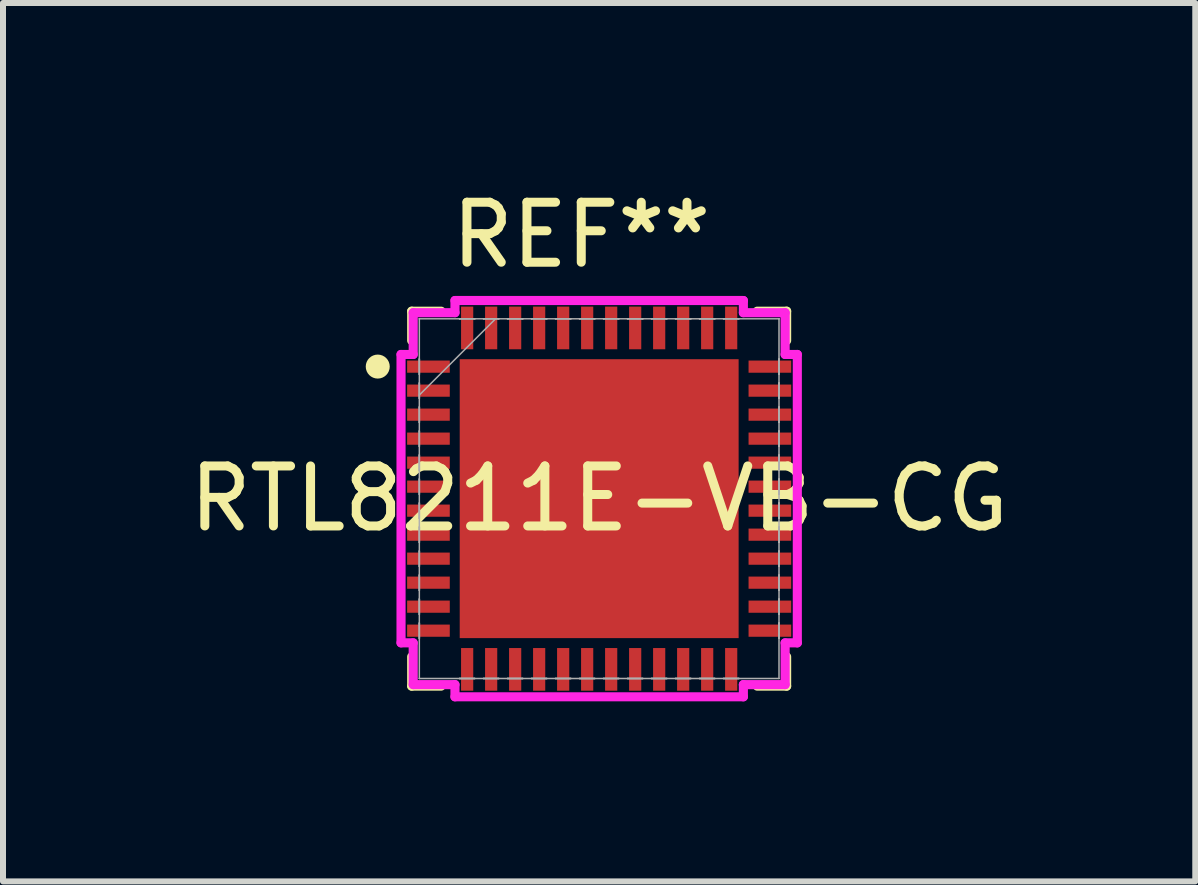
<source format=kicad_pcb>
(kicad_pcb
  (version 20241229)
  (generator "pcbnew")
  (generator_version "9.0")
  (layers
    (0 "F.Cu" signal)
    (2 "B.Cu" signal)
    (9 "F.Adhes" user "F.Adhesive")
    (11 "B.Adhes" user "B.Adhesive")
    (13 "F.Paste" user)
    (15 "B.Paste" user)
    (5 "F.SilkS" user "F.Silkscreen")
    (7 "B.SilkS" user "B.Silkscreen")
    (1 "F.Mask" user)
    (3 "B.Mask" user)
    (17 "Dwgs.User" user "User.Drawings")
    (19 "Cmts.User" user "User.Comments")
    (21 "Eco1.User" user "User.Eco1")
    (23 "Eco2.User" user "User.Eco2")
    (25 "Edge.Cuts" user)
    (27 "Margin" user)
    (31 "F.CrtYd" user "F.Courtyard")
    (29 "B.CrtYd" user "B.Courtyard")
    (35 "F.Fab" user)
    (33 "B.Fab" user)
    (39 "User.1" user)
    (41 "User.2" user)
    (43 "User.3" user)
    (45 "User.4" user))
  (footprint "RTL8211E-VB-CG"
    (layer "F.Cu")
    (at 6.935 5.26)
    (property "Reference" "RTL8211E-VB-CG" (at 0 0 0) (unlocked yes) (layer "F.SilkS") (effects (font (size 1 1) (thickness 0.15))))
    (attr smd)
    (fp_line (start -3.124 -3.124) (end -3.124 -2.634) (stroke (width 0.152) (type solid)) (layer "F.SilkS"))
    (fp_line (start -3.124 2.634) (end -3.124 3.124) (stroke (width 0.152) (type solid)) (layer "F.SilkS"))
    (fp_line (start -3.124 3.124) (end -2.634 3.124) (stroke (width 0.152) (type solid)) (layer "F.SilkS"))
    (fp_line (start -2.634 -3.124) (end -3.124 -3.124) (stroke (width 0.152) (type solid)) (layer "F.SilkS"))
    (fp_line (start 2.634 3.124) (end 3.124 3.124) (stroke (width 0.152) (type solid)) (layer "F.SilkS"))
    (fp_line (start 3.124 -3.124) (end 2.634 -3.124) (stroke (width 0.152) (type solid)) (layer "F.SilkS"))
    (fp_line (start 3.124 -2.634) (end 3.124 -3.124) (stroke (width 0.152) (type solid)) (layer "F.SilkS"))
    (fp_line (start 3.124 3.124) (end 3.124 2.634) (stroke (width 0.152) (type solid)) (layer "F.SilkS"))
    (fp_circle (center -3.69 -2.201) (end -3.59 -2.201) (stroke (width 0.2) (type default)) (fill no) (layer "F.SilkS"))
    (fp_poly (pts (xy -2.224 -2.224) (xy -2.224 -0.875) (xy -0.875 -0.875) (xy -0.875 -2.224)) (stroke (width 0) (type solid)) (fill yes) (layer "F.Paste"))
    (fp_poly (pts (xy -2.224 -0.675) (xy -2.224 0.675) (xy -0.875 0.675) (xy -0.875 -0.675)) (stroke (width 0) (type solid)) (fill yes) (layer "F.Paste"))
    (fp_poly (pts (xy -2.224 0.875) (xy -2.224 2.224) (xy -0.875 2.224) (xy -0.875 0.875)) (stroke (width 0) (type solid)) (fill yes) (layer "F.Paste"))
    (fp_poly (pts (xy -0.675 -2.224) (xy -0.675 -0.875) (xy 0.675 -0.875) (xy 0.675 -2.224)) (stroke (width 0) (type solid)) (fill yes) (layer "F.Paste"))
    (fp_poly (pts (xy -0.675 -0.675) (xy -0.675 0.675) (xy 0.675 0.675) (xy 0.675 -0.675)) (stroke (width 0) (type solid)) (fill yes) (layer "F.Paste"))
    (fp_poly (pts (xy -0.675 0.875) (xy -0.675 2.224) (xy 0.675 2.224) (xy 0.675 0.875)) (stroke (width 0) (type solid)) (fill yes) (layer "F.Paste"))
    (fp_poly (pts (xy 0.875 -2.224) (xy 0.875 -0.875) (xy 2.224 -0.875) (xy 2.224 -2.224)) (stroke (width 0) (type solid)) (fill yes) (layer "F.Paste"))
    (fp_poly (pts (xy 0.875 -0.675) (xy 0.875 0.675) (xy 2.224 0.675) (xy 2.224 -0.675)) (stroke (width 0) (type solid)) (fill yes) (layer "F.Paste"))
    (fp_poly (pts (xy 0.875 0.875) (xy 0.875 2.224) (xy 2.224 2.224) (xy 2.224 0.875)) (stroke (width 0) (type solid)) (fill yes) (layer "F.Paste"))
    (fp_line (start -3.302 -2.403) (end -3.099 -2.403) (stroke (width 0.152) (type solid)) (layer "F.CrtYd"))
    (fp_line (start -3.302 2.403) (end -3.302 -2.403) (stroke (width 0.152) (type solid)) (layer "F.CrtYd"))
    (fp_line (start -3.099 -3.099) (end -2.403 -3.099) (stroke (width 0.152) (type solid)) (layer "F.CrtYd"))
    (fp_line (start -3.099 -2.403) (end -3.099 -3.099) (stroke (width 0.152) (type solid)) (layer "F.CrtYd"))
    (fp_line (start -3.099 2.403) (end -3.302 2.403) (stroke (width 0.152) (type solid)) (layer "F.CrtYd"))
    (fp_line (start -3.099 3.099) (end -3.099 2.403) (stroke (width 0.152) (type solid)) (layer "F.CrtYd"))
    (fp_line (start -2.403 -3.302) (end 2.403 -3.302) (stroke (width 0.152) (type solid)) (layer "F.CrtYd"))
    (fp_line (start -2.403 -3.099) (end -2.403 -3.302) (stroke (width 0.152) (type solid)) (layer "F.CrtYd"))
    (fp_line (start -2.403 3.099) (end -3.099 3.099) (stroke (width 0.152) (type solid)) (layer "F.CrtYd"))
    (fp_line (start -2.403 3.302) (end -2.403 3.099) (stroke (width 0.152) (type solid)) (layer "F.CrtYd"))
    (fp_line (start 2.403 -3.302) (end 2.403 -3.099) (stroke (width 0.152) (type solid)) (layer "F.CrtYd"))
    (fp_line (start 2.403 -3.099) (end 3.099 -3.099) (stroke (width 0.152) (type solid)) (layer "F.CrtYd"))
    (fp_line (start 2.403 3.099) (end 2.403 3.302) (stroke (width 0.152) (type solid)) (layer "F.CrtYd"))
    (fp_line (start 2.403 3.302) (end -2.403 3.302) (stroke (width 0.152) (type solid)) (layer "F.CrtYd"))
    (fp_line (start 3.099 -3.099) (end 3.099 -2.403) (stroke (width 0.152) (type solid)) (layer "F.CrtYd"))
    (fp_line (start 3.099 -2.403) (end 3.302 -2.403) (stroke (width 0.152) (type solid)) (layer "F.CrtYd"))
    (fp_line (start 3.099 2.403) (end 3.099 3.099) (stroke (width 0.152) (type solid)) (layer "F.CrtYd"))
    (fp_line (start 3.099 3.099) (end 2.403 3.099) (stroke (width 0.152) (type solid)) (layer "F.CrtYd"))
    (fp_line (start 3.302 -2.403) (end 3.302 2.403) (stroke (width 0.152) (type solid)) (layer "F.CrtYd"))
    (fp_line (start 3.302 2.403) (end 3.099 2.403) (stroke (width 0.152) (type solid)) (layer "F.CrtYd"))
    (fp_line (start -2.997 -2.997) (end -2.997 -2.997) (stroke (width 0.025) (type solid)) (layer "F.Fab"))
    (fp_line (start -2.997 -2.997) (end -2.997 2.997) (stroke (width 0.025) (type solid)) (layer "F.Fab"))
    (fp_line (start -2.997 -2.327) (end -2.997 -2.327) (stroke (width 0.025) (type solid)) (layer "F.Fab"))
    (fp_line (start -2.997 -2.327) (end -2.997 -2.073) (stroke (width 0.025) (type solid)) (layer "F.Fab"))
    (fp_line (start -2.997 -2.073) (end -2.997 -2.327) (stroke (width 0.025) (type solid)) (layer "F.Fab"))
    (fp_line (start -2.997 -2.073) (end -2.997 -2.073) (stroke (width 0.025) (type solid)) (layer "F.Fab"))
    (fp_line (start -2.997 -1.927) (end -2.997 -1.927) (stroke (width 0.025) (type solid)) (layer "F.Fab"))
    (fp_line (start -2.997 -1.927) (end -2.997 -1.673) (stroke (width 0.025) (type solid)) (layer "F.Fab"))
    (fp_line (start -2.997 -1.727) (end -1.727 -2.997) (stroke (width 0.025) (type solid)) (layer "F.Fab"))
    (fp_line (start -2.997 -1.673) (end -2.997 -1.927) (stroke (width 0.025) (type solid)) (layer "F.Fab"))
    (fp_line (start -2.997 -1.673) (end -2.997 -1.673) (stroke (width 0.025) (type solid)) (layer "F.Fab"))
    (fp_line (start -2.997 -1.527) (end -2.997 -1.527) (stroke (width 0.025) (type solid)) (layer "F.Fab"))
    (fp_line (start -2.997 -1.527) (end -2.997 -1.273) (stroke (width 0.025) (type solid)) (layer "F.Fab"))
    (fp_line (start -2.997 -1.273) (end -2.997 -1.527) (stroke (width 0.025) (type solid)) (layer "F.Fab"))
    (fp_line (start -2.997 -1.273) (end -2.997 -1.273) (stroke (width 0.025) (type solid)) (layer "F.Fab"))
    (fp_line (start -2.997 -1.127) (end -2.997 -1.127) (stroke (width 0.025) (type solid)) (layer "F.Fab"))
    (fp_line (start -2.997 -1.127) (end -2.997 -0.873) (stroke (width 0.025) (type solid)) (layer "F.Fab"))
    (fp_line (start -2.997 -0.873) (end -2.997 -1.127) (stroke (width 0.025) (type solid)) (layer "F.Fab"))
    (fp_line (start -2.997 -0.873) (end -2.997 -0.873) (stroke (width 0.025) (type solid)) (layer "F.Fab"))
    (fp_line (start -2.997 -0.727) (end -2.997 -0.727) (stroke (width 0.025) (type solid)) (layer "F.Fab"))
    (fp_line (start -2.997 -0.727) (end -2.997 -0.473) (stroke (width 0.025) (type solid)) (layer "F.Fab"))
    (fp_line (start -2.997 -0.473) (end -2.997 -0.727) (stroke (width 0.025) (type solid)) (layer "F.Fab"))
    (fp_line (start -2.997 -0.473) (end -2.997 -0.473) (stroke (width 0.025) (type solid)) (layer "F.Fab"))
    (fp_line (start -2.997 -0.327) (end -2.997 -0.327) (stroke (width 0.025) (type solid)) (layer "F.Fab"))
    (fp_line (start -2.997 -0.327) (end -2.997 -0.073) (stroke (width 0.025) (type solid)) (layer "F.Fab"))
    (fp_line (start -2.997 -0.073) (end -2.997 -0.327) (stroke (width 0.025) (type solid)) (layer "F.Fab"))
    (fp_line (start -2.997 -0.073) (end -2.997 -0.073) (stroke (width 0.025) (type solid)) (layer "F.Fab"))
    (fp_line (start -2.997 0.073) (end -2.997 0.073) (stroke (width 0.025) (type solid)) (layer "F.Fab"))
    (fp_line (start -2.997 0.073) (end -2.997 0.327) (stroke (width 0.025) (type solid)) (layer "F.Fab"))
    (fp_line (start -2.997 0.327) (end -2.997 0.073) (stroke (width 0.025) (type solid)) (layer "F.Fab"))
    (fp_line (start -2.997 0.327) (end -2.997 0.327) (stroke (width 0.025) (type solid)) (layer "F.Fab"))
    (fp_line (start -2.997 0.473) (end -2.997 0.473) (stroke (width 0.025) (type solid)) (layer "F.Fab"))
    (fp_line (start -2.997 0.473) (end -2.997 0.727) (stroke (width 0.025) (type solid)) (layer "F.Fab"))
    (fp_line (start -2.997 0.727) (end -2.997 0.473) (stroke (width 0.025) (type solid)) (layer "F.Fab"))
    (fp_line (start -2.997 0.727) (end -2.997 0.727) (stroke (width 0.025) (type solid)) (layer "F.Fab"))
    (fp_line (start -2.997 0.873) (end -2.997 0.873) (stroke (width 0.025) (type solid)) (layer "F.Fab"))
    (fp_line (start -2.997 0.873) (end -2.997 1.127) (stroke (width 0.025) (type solid)) (layer "F.Fab"))
    (fp_line (start -2.997 1.127) (end -2.997 0.873) (stroke (width 0.025) (type solid)) (layer "F.Fab"))
    (fp_line (start -2.997 1.127) (end -2.997 1.127) (stroke (width 0.025) (type solid)) (layer "F.Fab"))
    (fp_line (start -2.997 1.273) (end -2.997 1.273) (stroke (width 0.025) (type solid)) (layer "F.Fab"))
    (fp_line (start -2.997 1.273) (end -2.997 1.527) (stroke (width 0.025) (type solid)) (layer "F.Fab"))
    (fp_line (start -2.997 1.527) (end -2.997 1.273) (stroke (width 0.025) (type solid)) (layer "F.Fab"))
    (fp_line (start -2.997 1.527) (end -2.997 1.527) (stroke (width 0.025) (type solid)) (layer "F.Fab"))
    (fp_line (start -2.997 1.673) (end -2.997 1.673) (stroke (width 0.025) (type solid)) (layer "F.Fab"))
    (fp_line (start -2.997 1.673) (end -2.997 1.927) (stroke (width 0.025) (type solid)) (layer "F.Fab"))
    (fp_line (start -2.997 1.927) (end -2.997 1.673) (stroke (width 0.025) (type solid)) (layer "F.Fab"))
    (fp_line (start -2.997 1.927) (end -2.997 1.927) (stroke (width 0.025) (type solid)) (layer "F.Fab"))
    (fp_line (start -2.997 2.073) (end -2.997 2.073) (stroke (width 0.025) (type solid)) (layer "F.Fab"))
    (fp_line (start -2.997 2.073) (end -2.997 2.327) (stroke (width 0.025) (type solid)) (layer "F.Fab"))
    (fp_line (start -2.997 2.327) (end -2.997 2.073) (stroke (width 0.025) (type solid)) (layer "F.Fab"))
    (fp_line (start -2.997 2.327) (end -2.997 2.327) (stroke (width 0.025) (type solid)) (layer "F.Fab"))
    (fp_line (start -2.997 2.997) (end -2.997 2.997) (stroke (width 0.025) (type solid)) (layer "F.Fab"))
    (fp_line (start -2.997 2.997) (end 2.997 2.997) (stroke (width 0.025) (type solid)) (layer "F.Fab"))
    (fp_line (start -2.327 -2.997) (end -2.327 -2.997) (stroke (width 0.025) (type solid)) (layer "F.Fab"))
    (fp_line (start -2.327 -2.997) (end -2.073 -2.997) (stroke (width 0.025) (type solid)) (layer "F.Fab"))
    (fp_line (start -2.327 2.997) (end -2.327 2.997) (stroke (width 0.025) (type solid)) (layer "F.Fab"))
    (fp_line (start -2.327 2.997) (end -2.073 2.997) (stroke (width 0.025) (type solid)) (layer "F.Fab"))
    (fp_line (start -2.073 -2.997) (end -2.327 -2.997) (stroke (width 0.025) (type solid)) (layer "F.Fab"))
    (fp_line (start -2.073 -2.997) (end -2.073 -2.997) (stroke (width 0.025) (type solid)) (layer "F.Fab"))
    (fp_line (start -2.073 2.997) (end -2.327 2.997) (stroke (width 0.025) (type solid)) (layer "F.Fab"))
    (fp_line (start -2.073 2.997) (end -2.073 2.997) (stroke (width 0.025) (type solid)) (layer "F.Fab"))
    (fp_line (start -1.927 -2.997) (end -1.927 -2.997) (stroke (width 0.025) (type solid)) (layer "F.Fab"))
    (fp_line (start -1.927 -2.997) (end -1.673 -2.997) (stroke (width 0.025) (type solid)) (layer "F.Fab"))
    (fp_line (start -1.927 2.997) (end -1.927 2.997) (stroke (width 0.025) (type solid)) (layer "F.Fab"))
    (fp_line (start -1.927 2.997) (end -1.673 2.997) (stroke (width 0.025) (type solid)) (layer "F.Fab"))
    (fp_line (start -1.673 -2.997) (end -1.927 -2.997) (stroke (width 0.025) (type solid)) (layer "F.Fab"))
    (fp_line (start -1.673 -2.997) (end -1.673 -2.997) (stroke (width 0.025) (type solid)) (layer "F.Fab"))
    (fp_line (start -1.673 2.997) (end -1.927 2.997) (stroke (width 0.025) (type solid)) (layer "F.Fab"))
    (fp_line (start -1.673 2.997) (end -1.673 2.997) (stroke (width 0.025) (type solid)) (layer "F.Fab"))
    (fp_line (start -1.527 -2.997) (end -1.527 -2.997) (stroke (width 0.025) (type solid)) (layer "F.Fab"))
    (fp_line (start -1.527 -2.997) (end -1.273 -2.997) (stroke (width 0.025) (type solid)) (layer "F.Fab"))
    (fp_line (start -1.527 2.997) (end -1.527 2.997) (stroke (width 0.025) (type solid)) (layer "F.Fab"))
    (fp_line (start -1.527 2.997) (end -1.273 2.997) (stroke (width 0.025) (type solid)) (layer "F.Fab"))
    (fp_line (start -1.273 -2.997) (end -1.527 -2.997) (stroke (width 0.025) (type solid)) (layer "F.Fab"))
    (fp_line (start -1.273 -2.997) (end -1.273 -2.997) (stroke (width 0.025) (type solid)) (layer "F.Fab"))
    (fp_line (start -1.273 2.997) (end -1.527 2.997) (stroke (width 0.025) (type solid)) (layer "F.Fab"))
    (fp_line (start -1.273 2.997) (end -1.273 2.997) (stroke (width 0.025) (type solid)) (layer "F.Fab"))
    (fp_line (start -1.127 -2.997) (end -1.127 -2.997) (stroke (width 0.025) (type solid)) (layer "F.Fab"))
    (fp_line (start -1.127 -2.997) (end -0.873 -2.997) (stroke (width 0.025) (type solid)) (layer "F.Fab"))
    (fp_line (start -1.127 2.997) (end -1.127 2.997) (stroke (width 0.025) (type solid)) (layer "F.Fab"))
    (fp_line (start -1.127 2.997) (end -0.873 2.997) (stroke (width 0.025) (type solid)) (layer "F.Fab"))
    (fp_line (start -0.873 -2.997) (end -1.127 -2.997) (stroke (width 0.025) (type solid)) (layer "F.Fab"))
    (fp_line (start -0.873 -2.997) (end -0.873 -2.997) (stroke (width 0.025) (type solid)) (layer "F.Fab"))
    (fp_line (start -0.873 2.997) (end -1.127 2.997) (stroke (width 0.025) (type solid)) (layer "F.Fab"))
    (fp_line (start -0.873 2.997) (end -0.873 2.997) (stroke (width 0.025) (type solid)) (layer "F.Fab"))
    (fp_line (start -0.727 -2.997) (end -0.727 -2.997) (stroke (width 0.025) (type solid)) (layer "F.Fab"))
    (fp_line (start -0.727 -2.997) (end -0.473 -2.997) (stroke (width 0.025) (type solid)) (layer "F.Fab"))
    (fp_line (start -0.727 2.997) (end -0.727 2.997) (stroke (width 0.025) (type solid)) (layer "F.Fab"))
    (fp_line (start -0.727 2.997) (end -0.473 2.997) (stroke (width 0.025) (type solid)) (layer "F.Fab"))
    (fp_line (start -0.473 -2.997) (end -0.727 -2.997) (stroke (width 0.025) (type solid)) (layer "F.Fab"))
    (fp_line (start -0.473 -2.997) (end -0.473 -2.997) (stroke (width 0.025) (type solid)) (layer "F.Fab"))
    (fp_line (start -0.473 2.997) (end -0.727 2.997) (stroke (width 0.025) (type solid)) (layer "F.Fab"))
    (fp_line (start -0.473 2.997) (end -0.473 2.997) (stroke (width 0.025) (type solid)) (layer "F.Fab"))
    (fp_line (start -0.327 -2.997) (end -0.327 -2.997) (stroke (width 0.025) (type solid)) (layer "F.Fab"))
    (fp_line (start -0.327 -2.997) (end -0.073 -2.997) (stroke (width 0.025) (type solid)) (layer "F.Fab"))
    (fp_line (start -0.327 2.997) (end -0.327 2.997) (stroke (width 0.025) (type solid)) (layer "F.Fab"))
    (fp_line (start -0.327 2.997) (end -0.073 2.997) (stroke (width 0.025) (type solid)) (layer "F.Fab"))
    (fp_line (start -0.073 -2.997) (end -0.327 -2.997) (stroke (width 0.025) (type solid)) (layer "F.Fab"))
    (fp_line (start -0.073 -2.997) (end -0.073 -2.997) (stroke (width 0.025) (type solid)) (layer "F.Fab"))
    (fp_line (start -0.073 2.997) (end -0.327 2.997) (stroke (width 0.025) (type solid)) (layer "F.Fab"))
    (fp_line (start -0.073 2.997) (end -0.073 2.997) (stroke (width 0.025) (type solid)) (layer "F.Fab"))
    (fp_line (start 0.073 -2.997) (end 0.073 -2.997) (stroke (width 0.025) (type solid)) (layer "F.Fab"))
    (fp_line (start 0.073 -2.997) (end 0.327 -2.997) (stroke (width 0.025) (type solid)) (layer "F.Fab"))
    (fp_line (start 0.073 2.997) (end 0.073 2.997) (stroke (width 0.025) (type solid)) (layer "F.Fab"))
    (fp_line (start 0.073 2.997) (end 0.327 2.997) (stroke (width 0.025) (type solid)) (layer "F.Fab"))
    (fp_line (start 0.327 -2.997) (end 0.073 -2.997) (stroke (width 0.025) (type solid)) (layer "F.Fab"))
    (fp_line (start 0.327 -2.997) (end 0.327 -2.997) (stroke (width 0.025) (type solid)) (layer "F.Fab"))
    (fp_line (start 0.327 2.997) (end 0.073 2.997) (stroke (width 0.025) (type solid)) (layer "F.Fab"))
    (fp_line (start 0.327 2.997) (end 0.327 2.997) (stroke (width 0.025) (type solid)) (layer "F.Fab"))
    (fp_line (start 0.473 -2.997) (end 0.473 -2.997) (stroke (width 0.025) (type solid)) (layer "F.Fab"))
    (fp_line (start 0.473 -2.997) (end 0.727 -2.997) (stroke (width 0.025) (type solid)) (layer "F.Fab"))
    (fp_line (start 0.473 2.997) (end 0.473 2.997) (stroke (width 0.025) (type solid)) (layer "F.Fab"))
    (fp_line (start 0.473 2.997) (end 0.727 2.997) (stroke (width 0.025) (type solid)) (layer "F.Fab"))
    (fp_line (start 0.727 -2.997) (end 0.473 -2.997) (stroke (width 0.025) (type solid)) (layer "F.Fab"))
    (fp_line (start 0.727 -2.997) (end 0.727 -2.997) (stroke (width 0.025) (type solid)) (layer "F.Fab"))
    (fp_line (start 0.727 2.997) (end 0.473 2.997) (stroke (width 0.025) (type solid)) (layer "F.Fab"))
    (fp_line (start 0.727 2.997) (end 0.727 2.997) (stroke (width 0.025) (type solid)) (layer "F.Fab"))
    (fp_line (start 0.873 -2.997) (end 0.873 -2.997) (stroke (width 0.025) (type solid)) (layer "F.Fab"))
    (fp_line (start 0.873 -2.997) (end 1.127 -2.997) (stroke (width 0.025) (type solid)) (layer "F.Fab"))
    (fp_line (start 0.873 2.997) (end 0.873 2.997) (stroke (width 0.025) (type solid)) (layer "F.Fab"))
    (fp_line (start 0.873 2.997) (end 1.127 2.997) (stroke (width 0.025) (type solid)) (layer "F.Fab"))
    (fp_line (start 1.127 -2.997) (end 0.873 -2.997) (stroke (width 0.025) (type solid)) (layer "F.Fab"))
    (fp_line (start 1.127 -2.997) (end 1.127 -2.997) (stroke (width 0.025) (type solid)) (layer "F.Fab"))
    (fp_line (start 1.127 2.997) (end 0.873 2.997) (stroke (width 0.025) (type solid)) (layer "F.Fab"))
    (fp_line (start 1.127 2.997) (end 1.127 2.997) (stroke (width 0.025) (type solid)) (layer "F.Fab"))
    (fp_line (start 1.273 -2.997) (end 1.273 -2.997) (stroke (width 0.025) (type solid)) (layer "F.Fab"))
    (fp_line (start 1.273 -2.997) (end 1.527 -2.997) (stroke (width 0.025) (type solid)) (layer "F.Fab"))
    (fp_line (start 1.273 2.997) (end 1.273 2.997) (stroke (width 0.025) (type solid)) (layer "F.Fab"))
    (fp_line (start 1.273 2.997) (end 1.527 2.997) (stroke (width 0.025) (type solid)) (layer "F.Fab"))
    (fp_line (start 1.527 -2.997) (end 1.273 -2.997) (stroke (width 0.025) (type solid)) (layer "F.Fab"))
    (fp_line (start 1.527 -2.997) (end 1.527 -2.997) (stroke (width 0.025) (type solid)) (layer "F.Fab"))
    (fp_line (start 1.527 2.997) (end 1.273 2.997) (stroke (width 0.025) (type solid)) (layer "F.Fab"))
    (fp_line (start 1.527 2.997) (end 1.527 2.997) (stroke (width 0.025) (type solid)) (layer "F.Fab"))
    (fp_line (start 1.673 -2.997) (end 1.673 -2.997) (stroke (width 0.025) (type solid)) (layer "F.Fab"))
    (fp_line (start 1.673 -2.997) (end 1.927 -2.997) (stroke (width 0.025) (type solid)) (layer "F.Fab"))
    (fp_line (start 1.673 2.997) (end 1.673 2.997) (stroke (width 0.025) (type solid)) (layer "F.Fab"))
    (fp_line (start 1.673 2.997) (end 1.927 2.997) (stroke (width 0.025) (type solid)) (layer "F.Fab"))
    (fp_line (start 1.927 -2.997) (end 1.673 -2.997) (stroke (width 0.025) (type solid)) (layer "F.Fab"))
    (fp_line (start 1.927 -2.997) (end 1.927 -2.997) (stroke (width 0.025) (type solid)) (layer "F.Fab"))
    (fp_line (start 1.927 2.997) (end 1.673 2.997) (stroke (width 0.025) (type solid)) (layer "F.Fab"))
    (fp_line (start 1.927 2.997) (end 1.927 2.997) (stroke (width 0.025) (type solid)) (layer "F.Fab"))
    (fp_line (start 2.073 -2.997) (end 2.073 -2.997) (stroke (width 0.025) (type solid)) (layer "F.Fab"))
    (fp_line (start 2.073 -2.997) (end 2.327 -2.997) (stroke (width 0.025) (type solid)) (layer "F.Fab"))
    (fp_line (start 2.073 2.997) (end 2.073 2.997) (stroke (width 0.025) (type solid)) (layer "F.Fab"))
    (fp_line (start 2.073 2.997) (end 2.327 2.997) (stroke (width 0.025) (type solid)) (layer "F.Fab"))
    (fp_line (start 2.327 -2.997) (end 2.073 -2.997) (stroke (width 0.025) (type solid)) (layer "F.Fab"))
    (fp_line (start 2.327 -2.997) (end 2.327 -2.997) (stroke (width 0.025) (type solid)) (layer "F.Fab"))
    (fp_line (start 2.327 2.997) (end 2.073 2.997) (stroke (width 0.025) (type solid)) (layer "F.Fab"))
    (fp_line (start 2.327 2.997) (end 2.327 2.997) (stroke (width 0.025) (type solid)) (layer "F.Fab"))
    (fp_line (start 2.997 -2.997) (end -2.997 -2.997) (stroke (width 0.025) (type solid)) (layer "F.Fab"))
    (fp_line (start 2.997 -2.997) (end 2.997 -2.997) (stroke (width 0.025) (type solid)) (layer "F.Fab"))
    (fp_line (start 2.997 -2.327) (end 2.997 -2.327) (stroke (width 0.025) (type solid)) (layer "F.Fab"))
    (fp_line (start 2.997 -2.327) (end 2.997 -2.073) (stroke (width 0.025) (type solid)) (layer "F.Fab"))
    (fp_line (start 2.997 -2.073) (end 2.997 -2.327) (stroke (width 0.025) (type solid)) (layer "F.Fab"))
    (fp_line (start 2.997 -2.073) (end 2.997 -2.073) (stroke (width 0.025) (type solid)) (layer "F.Fab"))
    (fp_line (start 2.997 -1.927) (end 2.997 -1.927) (stroke (width 0.025) (type solid)) (layer "F.Fab"))
    (fp_line (start 2.997 -1.927) (end 2.997 -1.673) (stroke (width 0.025) (type solid)) (layer "F.Fab"))
    (fp_line (start 2.997 -1.673) (end 2.997 -1.927) (stroke (width 0.025) (type solid)) (layer "F.Fab"))
    (fp_line (start 2.997 -1.673) (end 2.997 -1.673) (stroke (width 0.025) (type solid)) (layer "F.Fab"))
    (fp_line (start 2.997 -1.527) (end 2.997 -1.527) (stroke (width 0.025) (type solid)) (layer "F.Fab"))
    (fp_line (start 2.997 -1.527) (end 2.997 -1.273) (stroke (width 0.025) (type solid)) (layer "F.Fab"))
    (fp_line (start 2.997 -1.273) (end 2.997 -1.527) (stroke (width 0.025) (type solid)) (layer "F.Fab"))
    (fp_line (start 2.997 -1.273) (end 2.997 -1.273) (stroke (width 0.025) (type solid)) (layer "F.Fab"))
    (fp_line (start 2.997 -1.127) (end 2.997 -1.127) (stroke (width 0.025) (type solid)) (layer "F.Fab"))
    (fp_line (start 2.997 -1.127) (end 2.997 -0.873) (stroke (width 0.025) (type solid)) (layer "F.Fab"))
    (fp_line (start 2.997 -0.873) (end 2.997 -1.127) (stroke (width 0.025) (type solid)) (layer "F.Fab"))
    (fp_line (start 2.997 -0.873) (end 2.997 -0.873) (stroke (width 0.025) (type solid)) (layer "F.Fab"))
    (fp_line (start 2.997 -0.727) (end 2.997 -0.727) (stroke (width 0.025) (type solid)) (layer "F.Fab"))
    (fp_line (start 2.997 -0.727) (end 2.997 -0.473) (stroke (width 0.025) (type solid)) (layer "F.Fab"))
    (fp_line (start 2.997 -0.473) (end 2.997 -0.727) (stroke (width 0.025) (type solid)) (layer "F.Fab"))
    (fp_line (start 2.997 -0.473) (end 2.997 -0.473) (stroke (width 0.025) (type solid)) (layer "F.Fab"))
    (fp_line (start 2.997 -0.327) (end 2.997 -0.327) (stroke (width 0.025) (type solid)) (layer "F.Fab"))
    (fp_line (start 2.997 -0.327) (end 2.997 -0.073) (stroke (width 0.025) (type solid)) (layer "F.Fab"))
    (fp_line (start 2.997 -0.073) (end 2.997 -0.327) (stroke (width 0.025) (type solid)) (layer "F.Fab"))
    (fp_line (start 2.997 -0.073) (end 2.997 -0.073) (stroke (width 0.025) (type solid)) (layer "F.Fab"))
    (fp_line (start 2.997 0.073) (end 2.997 0.073) (stroke (width 0.025) (type solid)) (layer "F.Fab"))
    (fp_line (start 2.997 0.073) (end 2.997 0.327) (stroke (width 0.025) (type solid)) (layer "F.Fab"))
    (fp_line (start 2.997 0.327) (end 2.997 0.073) (stroke (width 0.025) (type solid)) (layer "F.Fab"))
    (fp_line (start 2.997 0.327) (end 2.997 0.327) (stroke (width 0.025) (type solid)) (layer "F.Fab"))
    (fp_line (start 2.997 0.473) (end 2.997 0.473) (stroke (width 0.025) (type solid)) (layer "F.Fab"))
    (fp_line (start 2.997 0.473) (end 2.997 0.727) (stroke (width 0.025) (type solid)) (layer "F.Fab"))
    (fp_line (start 2.997 0.727) (end 2.997 0.473) (stroke (width 0.025) (type solid)) (layer "F.Fab"))
    (fp_line (start 2.997 0.727) (end 2.997 0.727) (stroke (width 0.025) (type solid)) (layer "F.Fab"))
    (fp_line (start 2.997 0.873) (end 2.997 0.873) (stroke (width 0.025) (type solid)) (layer "F.Fab"))
    (fp_line (start 2.997 0.873) (end 2.997 1.127) (stroke (width 0.025) (type solid)) (layer "F.Fab"))
    (fp_line (start 2.997 1.127) (end 2.997 0.873) (stroke (width 0.025) (type solid)) (layer "F.Fab"))
    (fp_line (start 2.997 1.127) (end 2.997 1.127) (stroke (width 0.025) (type solid)) (layer "F.Fab"))
    (fp_line (start 2.997 1.273) (end 2.997 1.273) (stroke (width 0.025) (type solid)) (layer "F.Fab"))
    (fp_line (start 2.997 1.273) (end 2.997 1.527) (stroke (width 0.025) (type solid)) (layer "F.Fab"))
    (fp_line (start 2.997 1.527) (end 2.997 1.273) (stroke (width 0.025) (type solid)) (layer "F.Fab"))
    (fp_line (start 2.997 1.527) (end 2.997 1.527) (stroke (width 0.025) (type solid)) (layer "F.Fab"))
    (fp_line (start 2.997 1.673) (end 2.997 1.673) (stroke (width 0.025) (type solid)) (layer "F.Fab"))
    (fp_line (start 2.997 1.673) (end 2.997 1.927) (stroke (width 0.025) (type solid)) (layer "F.Fab"))
    (fp_line (start 2.997 1.927) (end 2.997 1.673) (stroke (width 0.025) (type solid)) (layer "F.Fab"))
    (fp_line (start 2.997 1.927) (end 2.997 1.927) (stroke (width 0.025) (type solid)) (layer "F.Fab"))
    (fp_line (start 2.997 2.073) (end 2.997 2.073) (stroke (width 0.025) (type solid)) (layer "F.Fab"))
    (fp_line (start 2.997 2.073) (end 2.997 2.327) (stroke (width 0.025) (type solid)) (layer "F.Fab"))
    (fp_line (start 2.997 2.327) (end 2.997 2.073) (stroke (width 0.025) (type solid)) (layer "F.Fab"))
    (fp_line (start 2.997 2.327) (end 2.997 2.327) (stroke (width 0.025) (type solid)) (layer "F.Fab"))
    (fp_line (start 2.997 2.997) (end 2.997 -2.997) (stroke (width 0.025) (type solid)) (layer "F.Fab"))
    (fp_line (start 2.997 2.997) (end 2.997 2.997) (stroke (width 0.025) (type solid)) (layer "F.Fab"))
    (fp_text user "REF**" (at -2.54 -3.81 0) (unlocked yes) (layer "F.SilkS") (effects (font (size 1 1) (thickness 0.15)) (justify left bottom)))
    (pad "1" smd rect (at -2.845 -2.2 90) (size 0.203 0.711) (layers "F.Cu" "F.Mask" "F.Paste"))
    (pad "2" smd rect (at -2.845 -1.8 90) (size 0.203 0.711) (layers "F.Cu" "F.Mask" "F.Paste"))
    (pad "3" smd rect (at -2.845 -1.4 90) (size 0.203 0.711) (layers "F.Cu" "F.Mask" "F.Paste"))
    (pad "4" smd rect (at -2.845 -1 90) (size 0.203 0.711) (layers "F.Cu" "F.Mask" "F.Paste"))
    (pad "5" smd rect (at -2.845 -0.6 90) (size 0.203 0.711) (layers "F.Cu" "F.Mask" "F.Paste"))
    (pad "6" smd rect (at -2.845 -0.2 90) (size 0.203 0.711) (layers "F.Cu" "F.Mask" "F.Paste"))
    (pad "7" smd rect (at -2.845 0.2 90) (size 0.203 0.711) (layers "F.Cu" "F.Mask" "F.Paste"))
    (pad "8" smd rect (at -2.845 0.6 90) (size 0.203 0.711) (layers "F.Cu" "F.Mask" "F.Paste"))
    (pad "9" smd rect (at -2.845 1 90) (size 0.203 0.711) (layers "F.Cu" "F.Mask" "F.Paste"))
    (pad "10" smd rect (at -2.845 1.4 90) (size 0.203 0.711) (layers "F.Cu" "F.Mask" "F.Paste"))
    (pad "11" smd rect (at -2.845 1.8 90) (size 0.203 0.711) (layers "F.Cu" "F.Mask" "F.Paste"))
    (pad "12" smd rect (at -2.845 2.2 90) (size 0.203 0.711) (layers "F.Cu" "F.Mask" "F.Paste"))
    (pad "13" smd rect (at -2.2 2.845) (size 0.203 0.711) (layers "F.Cu" "F.Mask" "F.Paste"))
    (pad "14" smd rect (at -1.8 2.845) (size 0.203 0.711) (layers "F.Cu" "F.Mask" "F.Paste"))
    (pad "15" smd rect (at -1.4 2.845) (size 0.203 0.711) (layers "F.Cu" "F.Mask" "F.Paste"))
    (pad "16" smd rect (at -1 2.845) (size 0.203 0.711) (layers "F.Cu" "F.Mask" "F.Paste"))
    (pad "17" smd rect (at -0.6 2.845) (size 0.203 0.711) (layers "F.Cu" "F.Mask" "F.Paste"))
    (pad "18" smd rect (at -0.2 2.845) (size 0.203 0.711) (layers "F.Cu" "F.Mask" "F.Paste"))
    (pad "19" smd rect (at 0.2 2.845) (size 0.203 0.711) (layers "F.Cu" "F.Mask" "F.Paste"))
    (pad "20" smd rect (at 0.6 2.845) (size 0.203 0.711) (layers "F.Cu" "F.Mask" "F.Paste"))
    (pad "21" smd rect (at 1 2.845) (size 0.203 0.711) (layers "F.Cu" "F.Mask" "F.Paste"))
    (pad "22" smd rect (at 1.4 2.845) (size 0.203 0.711) (layers "F.Cu" "F.Mask" "F.Paste"))
    (pad "23" smd rect (at 1.8 2.845) (size 0.203 0.711) (layers "F.Cu" "F.Mask" "F.Paste"))
    (pad "24" smd rect (at 2.2 2.845) (size 0.203 0.711) (layers "F.Cu" "F.Mask" "F.Paste"))
    (pad "25" smd rect (at 2.845 2.2 90) (size 0.203 0.711) (layers "F.Cu" "F.Mask" "F.Paste"))
    (pad "26" smd rect (at 2.845 1.8 90) (size 0.203 0.711) (layers "F.Cu" "F.Mask" "F.Paste"))
    (pad "27" smd rect (at 2.845 1.4 90) (size 0.203 0.711) (layers "F.Cu" "F.Mask" "F.Paste"))
    (pad "28" smd rect (at 2.845 1 90) (size 0.203 0.711) (layers "F.Cu" "F.Mask" "F.Paste"))
    (pad "29" smd rect (at 2.845 0.6 90) (size 0.203 0.711) (layers "F.Cu" "F.Mask" "F.Paste"))
    (pad "30" smd rect (at 2.845 0.2 90) (size 0.203 0.711) (layers "F.Cu" "F.Mask" "F.Paste"))
    (pad "31" smd rect (at 2.845 -0.2 90) (size 0.203 0.711) (layers "F.Cu" "F.Mask" "F.Paste"))
    (pad "32" smd rect (at 2.845 -0.6 90) (size 0.203 0.711) (layers "F.Cu" "F.Mask" "F.Paste"))
    (pad "33" smd rect (at 2.845 -1 90) (size 0.203 0.711) (layers "F.Cu" "F.Mask" "F.Paste"))
    (pad "34" smd rect (at 2.845 -1.4 90) (size 0.203 0.711) (layers "F.Cu" "F.Mask" "F.Paste"))
    (pad "35" smd rect (at 2.845 -1.8 90) (size 0.203 0.711) (layers "F.Cu" "F.Mask" "F.Paste"))
    (pad "36" smd rect (at 2.845 -2.2 90) (size 0.203 0.711) (layers "F.Cu" "F.Mask" "F.Paste"))
    (pad "37" smd rect (at 2.2 -2.845) (size 0.203 0.711) (layers "F.Cu" "F.Mask" "F.Paste"))
    (pad "38" smd rect (at 1.8 -2.845) (size 0.203 0.711) (layers "F.Cu" "F.Mask" "F.Paste"))
    (pad "39" smd rect (at 1.4 -2.845) (size 0.203 0.711) (layers "F.Cu" "F.Mask" "F.Paste"))
    (pad "40" smd rect (at 1 -2.845) (size 0.203 0.711) (layers "F.Cu" "F.Mask" "F.Paste"))
    (pad "41" smd rect (at 0.6 -2.845) (size 0.203 0.711) (layers "F.Cu" "F.Mask" "F.Paste"))
    (pad "42" smd rect (at 0.2 -2.845) (size 0.203 0.711) (layers "F.Cu" "F.Mask" "F.Paste"))
    (pad "43" smd rect (at -0.2 -2.845) (size 0.203 0.711) (layers "F.Cu" "F.Mask" "F.Paste"))
    (pad "44" smd rect (at -0.6 -2.845) (size 0.203 0.711) (layers "F.Cu" "F.Mask" "F.Paste"))
    (pad "45" smd rect (at -1 -2.845) (size 0.203 0.711) (layers "F.Cu" "F.Mask" "F.Paste"))
    (pad "46" smd rect (at -1.4 -2.845) (size 0.203 0.711) (layers "F.Cu" "F.Mask" "F.Paste"))
    (pad "47" smd rect (at -1.8 -2.845) (size 0.203 0.711) (layers "F.Cu" "F.Mask" "F.Paste"))
    (pad "48" smd rect (at -2.2 -2.845) (size 0.203 0.711) (layers "F.Cu" "F.Mask" "F.Paste"))
    (pad "49" smd rect (at 0 0) (size 4.648 4.648) (layers "F.Cu" "F.Mask")))
  (gr_rect
    (start -3 -3)
    (end 16.869 11.638)
    (stroke (width 0.1) (type default))
    (fill no)
    (layer "Edge.Cuts")))
</source>
